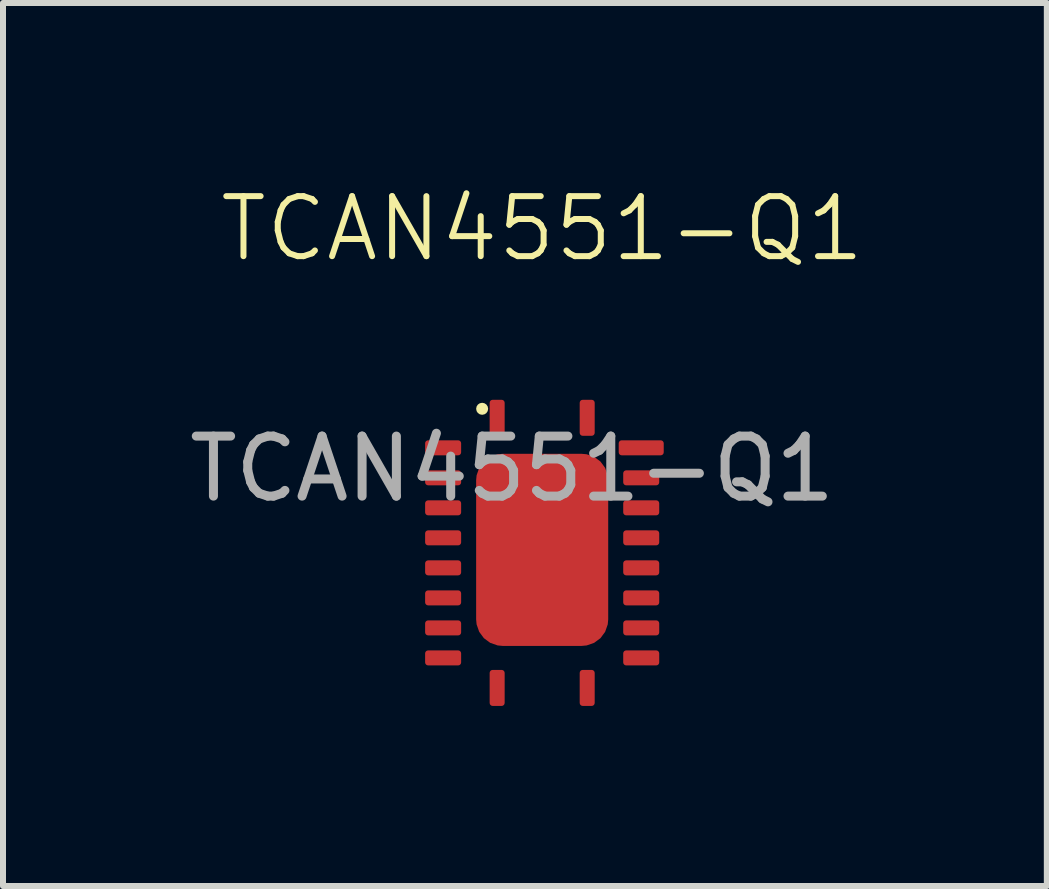
<source format=kicad_pcb>
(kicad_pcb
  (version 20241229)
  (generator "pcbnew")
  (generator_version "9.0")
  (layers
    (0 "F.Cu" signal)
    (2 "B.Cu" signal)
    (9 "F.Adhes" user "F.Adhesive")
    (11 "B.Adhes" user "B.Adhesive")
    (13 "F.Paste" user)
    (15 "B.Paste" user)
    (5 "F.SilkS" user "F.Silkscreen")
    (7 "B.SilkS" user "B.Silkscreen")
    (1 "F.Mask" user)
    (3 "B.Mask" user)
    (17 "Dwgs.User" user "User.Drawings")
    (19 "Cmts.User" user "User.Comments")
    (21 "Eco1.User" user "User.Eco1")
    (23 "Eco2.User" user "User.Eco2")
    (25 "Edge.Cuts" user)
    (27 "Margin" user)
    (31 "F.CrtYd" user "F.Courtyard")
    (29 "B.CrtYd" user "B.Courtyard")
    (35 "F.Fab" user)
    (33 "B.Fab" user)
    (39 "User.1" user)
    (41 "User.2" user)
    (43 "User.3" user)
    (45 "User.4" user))
  (footprint "TCAN4551-Q1"
    (layer "F.Cu")
    (at 5.982 1.76)
    (property "Reference" "TCAN4551-Q1" (at 0 -1 0) (unlocked yes) (layer "F.SilkS") (effects (font (size 1 1) (thickness 0.1))))
    (attr smd)
    (fp_circle (center -1 2) (end -1 2) (stroke (width 0.1) (type solid)) (fill no) (layer "F.SilkS"))
    (fp_text user "${REFERENCE}" (at -0.5 3 0) (unlocked yes) (layer "F.Fab") (effects (font (size 1 1) (thickness 0.15))))
    (pad "1" smd roundrect (at -0.75 2.15 90) (size 0.6 0.25) (layers "F.Cu" "F.Mask" "F.Paste") (roundrect_rratio 0.2))
    (pad "2" smd roundrect (at -1.65 2.65 180) (size 0.6 0.25) (layers "F.Cu" "F.Mask" "F.Paste") (roundrect_rratio 0.2))
    (pad "3" smd roundrect (at -1.65 3.15 180) (size 0.6 0.25) (layers "F.Cu" "F.Mask" "F.Paste") (roundrect_rratio 0.2))
    (pad "4" smd roundrect (at -1.65 3.65 180) (size 0.6 0.25) (layers "F.Cu" "F.Mask" "F.Paste") (roundrect_rratio 0.2))
    (pad "5" smd roundrect (at -1.65 4.15 180) (size 0.6 0.25) (layers "F.Cu" "F.Mask" "F.Paste") (roundrect_rratio 0.2))
    (pad "6" smd roundrect (at -1.65 4.65 180) (size 0.6 0.25) (layers "F.Cu" "F.Mask" "F.Paste") (roundrect_rratio 0.2))
    (pad "7" smd roundrect (at -1.65 5.15 180) (size 0.6 0.25) (layers "F.Cu" "F.Mask" "F.Paste") (roundrect_rratio 0.2))
    (pad "8" smd roundrect (at -1.65 5.65 180) (size 0.6 0.25) (layers "F.Cu" "F.Mask" "F.Paste") (roundrect_rratio 0.2))
    (pad "9" smd roundrect (at -1.65 6.15 180) (size 0.6 0.25) (layers "F.Cu" "F.Mask" "F.Paste") (roundrect_rratio 0.2))
    (pad "10" smd roundrect (at -0.75 6.65 270) (size 0.6 0.25) (layers "F.Cu" "F.Mask" "F.Paste") (roundrect_rratio 0.2))
    (pad "11" smd roundrect (at 0.75 6.65 270) (size 0.6 0.25) (layers "F.Cu" "F.Mask" "F.Paste") (roundrect_rratio 0.2))
    (pad "12" smd roundrect (at 1.65 6.15) (size 0.6 0.25) (layers "F.Cu" "F.Mask" "F.Paste") (roundrect_rratio 0.2))
    (pad "13" smd roundrect (at 1.65 5.65) (size 0.6 0.25) (layers "F.Cu" "F.Mask" "F.Paste") (roundrect_rratio 0.2))
    (pad "14" smd roundrect (at 1.65 5.15) (size 0.6 0.25) (layers "F.Cu" "F.Mask" "F.Paste") (roundrect_rratio 0.2))
    (pad "15" smd roundrect (at 1.65 4.65) (size 0.6 0.25) (layers "F.Cu" "F.Mask" "F.Paste") (roundrect_rratio 0.2))
    (pad "16" smd roundrect (at 1.65 4.15) (size 0.6 0.25) (layers "F.Cu" "F.Mask" "F.Paste") (roundrect_rratio 0.2))
    (pad "17" smd roundrect (at 1.65 3.65) (size 0.6 0.25) (layers "F.Cu" "F.Mask" "F.Paste") (roundrect_rratio 0.2))
    (pad "18" smd roundrect (at 1.65 3.15) (size 0.6 0.25) (layers "F.Cu" "F.Mask" "F.Paste") (roundrect_rratio 0.2))
    (pad "19" smd roundrect (at 1.65 2.65) (size 0.75 0.25) (layers "F.Cu" "F.Mask" "F.Paste") (roundrect_rratio 0.2))
    (pad "20" smd roundrect (at 0.75 2.15 90) (size 0.6 0.25) (layers "F.Cu" "F.Mask" "F.Paste") (roundrect_rratio 0.2))
    (pad "EP" smd roundrect (at 0 4.35 90) (size 3.2 2.2) (layers "F.Cu" "F.Mask" "F.Paste") (roundrect_rratio 0.2)))
  (gr_rect
    (start -3 -3)
    (end 14.389 11.71)
    (stroke (width 0.1) (type default))
    (fill no)
    (layer "Edge.Cuts")))
</source>
